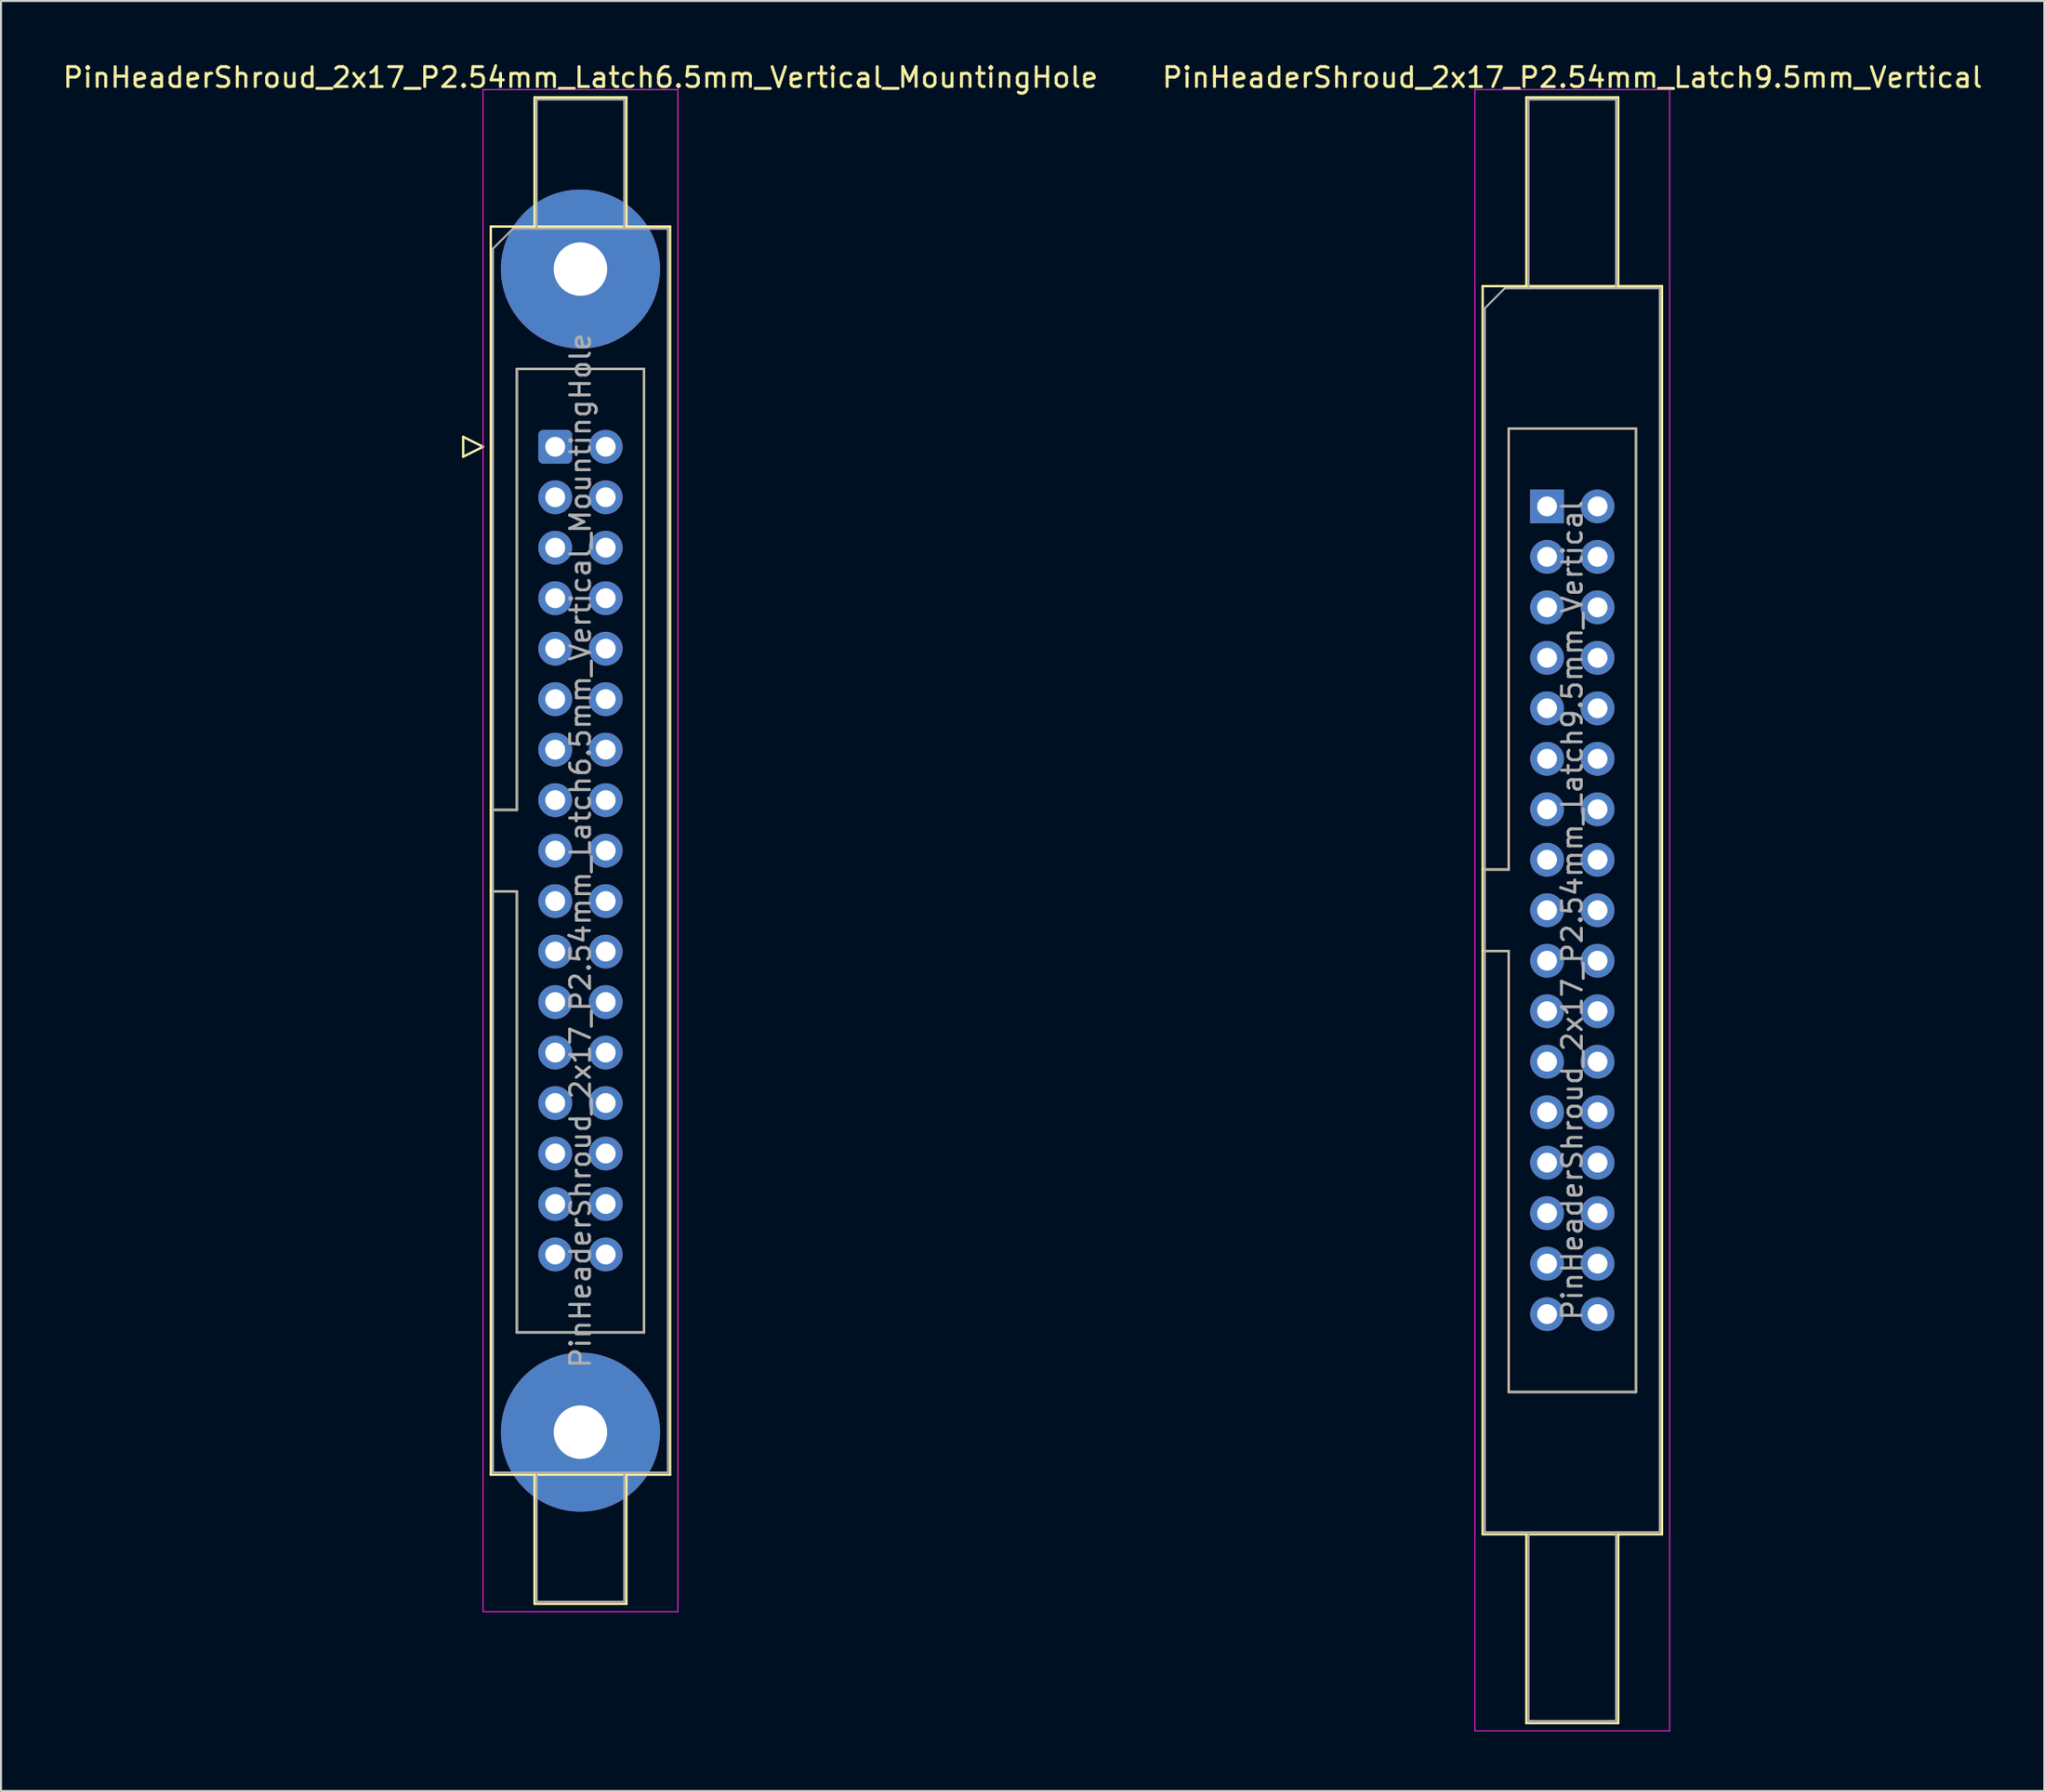
<source format=kicad_pcb>
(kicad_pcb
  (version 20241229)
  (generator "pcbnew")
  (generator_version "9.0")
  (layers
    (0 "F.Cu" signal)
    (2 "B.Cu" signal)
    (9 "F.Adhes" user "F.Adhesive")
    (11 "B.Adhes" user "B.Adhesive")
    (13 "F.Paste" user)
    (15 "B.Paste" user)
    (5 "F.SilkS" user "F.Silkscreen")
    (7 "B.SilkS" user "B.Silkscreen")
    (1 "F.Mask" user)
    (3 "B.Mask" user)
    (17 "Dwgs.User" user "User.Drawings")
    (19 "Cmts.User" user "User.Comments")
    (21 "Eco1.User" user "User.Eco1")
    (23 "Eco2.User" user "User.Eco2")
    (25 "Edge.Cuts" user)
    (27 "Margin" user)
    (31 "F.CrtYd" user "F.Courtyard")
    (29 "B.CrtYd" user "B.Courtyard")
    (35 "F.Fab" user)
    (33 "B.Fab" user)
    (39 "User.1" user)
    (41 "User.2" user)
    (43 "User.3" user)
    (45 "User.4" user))
  (footprint "PinHeaderShroud_2x17_P2.54mm_Latch6.5mm_Vertical_MountingHole"
    (layer "F.Cu")
    (at 24.879 19.428)
    (property "Reference" "PinHeaderShroud_2x17_P2.54mm_Latch6.5mm_Vertical_MountingHole" (at 1.27 -18.58 0) (layer "F.SilkS") (effects (font (size 1 1) (thickness 0.15))))
    (attr through_hole)
    (fp_line (start -4.63 -0.5) (end -4.63 0.5) (stroke (width 0.12) (type solid)) (layer "F.SilkS"))
    (fp_line (start -4.63 0.5) (end -3.63 0) (stroke (width 0.12) (type solid)) (layer "F.SilkS"))
    (fp_line (start -3.63 0) (end -4.63 -0.5) (stroke (width 0.12) (type solid)) (layer "F.SilkS"))
    (fp_line (start -3.24 -11.08) (end 5.78 -11.08) (stroke (width 0.12) (type solid)) (layer "F.SilkS"))
    (fp_line (start -3.24 18.27) (end -1.93 18.27) (stroke (width 0.12) (type solid)) (layer "F.SilkS"))
    (fp_line (start -3.24 22.37) (end -1.93 22.37) (stroke (width 0.12) (type solid)) (layer "F.SilkS"))
    (fp_line (start -3.24 51.72) (end -3.24 -11.08) (stroke (width 0.12) (type solid)) (layer "F.SilkS"))
    (fp_line (start -1.93 -3.92) (end 4.47 -3.92) (stroke (width 0.12) (type solid)) (layer "F.SilkS"))
    (fp_line (start -1.93 18.27) (end -1.93 -3.92) (stroke (width 0.12) (type solid)) (layer "F.SilkS"))
    (fp_line (start -1.93 44.56) (end -1.93 22.37) (stroke (width 0.12) (type solid)) (layer "F.SilkS"))
    (fp_line (start -1.04 -17.58) (end 3.58 -17.58) (stroke (width 0.12) (type solid)) (layer "F.SilkS"))
    (fp_line (start -1.04 -11.08) (end -1.04 -17.58) (stroke (width 0.12) (type solid)) (layer "F.SilkS"))
    (fp_line (start -1.04 51.72) (end -1.04 58.22) (stroke (width 0.12) (type solid)) (layer "F.SilkS"))
    (fp_line (start -1.04 58.22) (end 3.58 58.22) (stroke (width 0.12) (type solid)) (layer "F.SilkS"))
    (fp_line (start 3.58 -17.58) (end 3.58 -11.08) (stroke (width 0.12) (type solid)) (layer "F.SilkS"))
    (fp_line (start 3.58 58.22) (end 3.58 51.72) (stroke (width 0.12) (type solid)) (layer "F.SilkS"))
    (fp_line (start 4.47 -3.92) (end 4.47 44.56) (stroke (width 0.12) (type solid)) (layer "F.SilkS"))
    (fp_line (start 4.47 44.56) (end -1.93 44.56) (stroke (width 0.12) (type solid)) (layer "F.SilkS"))
    (fp_line (start 5.78 -11.08) (end 5.78 51.72) (stroke (width 0.12) (type solid)) (layer "F.SilkS"))
    (fp_line (start 5.78 51.72) (end -3.24 51.72) (stroke (width 0.12) (type solid)) (layer "F.SilkS"))
    (fp_line (start -3.63 -17.97) (end -3.63 58.61) (stroke (width 0.05) (type solid)) (layer "F.CrtYd"))
    (fp_line (start -3.63 58.61) (end 6.17 58.61) (stroke (width 0.05) (type solid)) (layer "F.CrtYd"))
    (fp_line (start 6.17 -17.97) (end -3.63 -17.97) (stroke (width 0.05) (type solid)) (layer "F.CrtYd"))
    (fp_line (start 6.17 58.61) (end 6.17 -17.97) (stroke (width 0.05) (type solid)) (layer "F.CrtYd"))
    (fp_line (start -3.13 -9.97) (end -2.13 -10.97) (stroke (width 0.1) (type solid)) (layer "F.Fab"))
    (fp_line (start -3.13 18.27) (end -1.93 18.27) (stroke (width 0.1) (type solid)) (layer "F.Fab"))
    (fp_line (start -3.13 22.37) (end -1.93 22.37) (stroke (width 0.1) (type solid)) (layer "F.Fab"))
    (fp_line (start -3.13 51.61) (end -3.13 -9.97) (stroke (width 0.1) (type solid)) (layer "F.Fab"))
    (fp_line (start -2.13 -10.97) (end 5.67 -10.97) (stroke (width 0.1) (type solid)) (layer "F.Fab"))
    (fp_line (start -1.93 -3.92) (end 4.47 -3.92) (stroke (width 0.1) (type solid)) (layer "F.Fab"))
    (fp_line (start -1.93 18.27) (end -1.93 -3.92) (stroke (width 0.1) (type solid)) (layer "F.Fab"))
    (fp_line (start -1.93 44.56) (end -1.93 22.37) (stroke (width 0.1) (type solid)) (layer "F.Fab"))
    (fp_line (start -0.93 -17.47) (end 3.47 -17.47) (stroke (width 0.1) (type solid)) (layer "F.Fab"))
    (fp_line (start -0.93 -10.97) (end -0.93 -17.47) (stroke (width 0.1) (type solid)) (layer "F.Fab"))
    (fp_line (start -0.93 51.61) (end -0.93 58.11) (stroke (width 0.1) (type solid)) (layer "F.Fab"))
    (fp_line (start -0.93 58.11) (end 3.47 58.11) (stroke (width 0.1) (type solid)) (layer "F.Fab"))
    (fp_line (start 3.47 -17.47) (end 3.47 -10.97) (stroke (width 0.1) (type solid)) (layer "F.Fab"))
    (fp_line (start 3.47 58.11) (end 3.47 51.61) (stroke (width 0.1) (type solid)) (layer "F.Fab"))
    (fp_line (start 4.47 -3.92) (end 4.47 44.56) (stroke (width 0.1) (type solid)) (layer "F.Fab"))
    (fp_line (start 4.47 44.56) (end -1.93 44.56) (stroke (width 0.1) (type solid)) (layer "F.Fab"))
    (fp_line (start 5.67 -10.97) (end 5.67 51.61) (stroke (width 0.1) (type solid)) (layer "F.Fab"))
    (fp_line (start 5.67 51.61) (end -3.13 51.61) (stroke (width 0.1) (type solid)) (layer "F.Fab"))
    (fp_text user "${REFERENCE}" (at 1.27 20.32 90) (layer "F.Fab") (effects (font (size 1 1) (thickness 0.15))))
    (pad "" thru_hole circle (at 1.27 -8.94) (size 8 8) (drill 2.69) (layers "*.Cu" "*.Mask"))
    (pad "" thru_hole circle (at 1.27 49.58) (size 8 8) (drill 2.69) (layers "*.Cu" "*.Mask"))
    (pad "1" thru_hole roundrect (at 0 0) (size 1.7 1.7) (drill 1) (layers "*.Cu" "*.Mask") (roundrect_rratio 0.147))
    (pad "2" thru_hole circle (at 2.54 0) (size 1.7 1.7) (drill 1) (layers "*.Cu" "*.Mask"))
    (pad "3" thru_hole circle (at 0 2.54) (size 1.7 1.7) (drill 1) (layers "*.Cu" "*.Mask"))
    (pad "4" thru_hole circle (at 2.54 2.54) (size 1.7 1.7) (drill 1) (layers "*.Cu" "*.Mask"))
    (pad "5" thru_hole circle (at 0 5.08) (size 1.7 1.7) (drill 1) (layers "*.Cu" "*.Mask"))
    (pad "6" thru_hole circle (at 2.54 5.08) (size 1.7 1.7) (drill 1) (layers "*.Cu" "*.Mask"))
    (pad "7" thru_hole circle (at 0 7.62) (size 1.7 1.7) (drill 1) (layers "*.Cu" "*.Mask"))
    (pad "8" thru_hole circle (at 2.54 7.62) (size 1.7 1.7) (drill 1) (layers "*.Cu" "*.Mask"))
    (pad "9" thru_hole circle (at 0 10.16) (size 1.7 1.7) (drill 1) (layers "*.Cu" "*.Mask"))
    (pad "10" thru_hole circle (at 2.54 10.16) (size 1.7 1.7) (drill 1) (layers "*.Cu" "*.Mask"))
    (pad "11" thru_hole circle (at 0 12.7) (size 1.7 1.7) (drill 1) (layers "*.Cu" "*.Mask"))
    (pad "12" thru_hole circle (at 2.54 12.7) (size 1.7 1.7) (drill 1) (layers "*.Cu" "*.Mask"))
    (pad "13" thru_hole circle (at 0 15.24) (size 1.7 1.7) (drill 1) (layers "*.Cu" "*.Mask"))
    (pad "14" thru_hole circle (at 2.54 15.24) (size 1.7 1.7) (drill 1) (layers "*.Cu" "*.Mask"))
    (pad "15" thru_hole circle (at 0 17.78) (size 1.7 1.7) (drill 1) (layers "*.Cu" "*.Mask"))
    (pad "16" thru_hole circle (at 2.54 17.78) (size 1.7 1.7) (drill 1) (layers "*.Cu" "*.Mask"))
    (pad "17" thru_hole circle (at 0 20.32) (size 1.7 1.7) (drill 1) (layers "*.Cu" "*.Mask"))
    (pad "18" thru_hole circle (at 2.54 20.32) (size 1.7 1.7) (drill 1) (layers "*.Cu" "*.Mask"))
    (pad "19" thru_hole circle (at 0 22.86) (size 1.7 1.7) (drill 1) (layers "*.Cu" "*.Mask"))
    (pad "20" thru_hole circle (at 2.54 22.86) (size 1.7 1.7) (drill 1) (layers "*.Cu" "*.Mask"))
    (pad "21" thru_hole circle (at 0 25.4) (size 1.7 1.7) (drill 1) (layers "*.Cu" "*.Mask"))
    (pad "22" thru_hole circle (at 2.54 25.4) (size 1.7 1.7) (drill 1) (layers "*.Cu" "*.Mask"))
    (pad "23" thru_hole circle (at 0 27.94) (size 1.7 1.7) (drill 1) (layers "*.Cu" "*.Mask"))
    (pad "24" thru_hole circle (at 2.54 27.94) (size 1.7 1.7) (drill 1) (layers "*.Cu" "*.Mask"))
    (pad "25" thru_hole circle (at 0 30.48) (size 1.7 1.7) (drill 1) (layers "*.Cu" "*.Mask"))
    (pad "26" thru_hole circle (at 2.54 30.48) (size 1.7 1.7) (drill 1) (layers "*.Cu" "*.Mask"))
    (pad "27" thru_hole circle (at 0 33.02) (size 1.7 1.7) (drill 1) (layers "*.Cu" "*.Mask"))
    (pad "28" thru_hole circle (at 2.54 33.02) (size 1.7 1.7) (drill 1) (layers "*.Cu" "*.Mask"))
    (pad "29" thru_hole circle (at 0 35.56) (size 1.7 1.7) (drill 1) (layers "*.Cu" "*.Mask"))
    (pad "30" thru_hole circle (at 2.54 35.56) (size 1.7 1.7) (drill 1) (layers "*.Cu" "*.Mask"))
    (pad "31" thru_hole circle (at 0 38.1) (size 1.7 1.7) (drill 1) (layers "*.Cu" "*.Mask"))
    (pad "32" thru_hole circle (at 2.54 38.1) (size 1.7 1.7) (drill 1) (layers "*.Cu" "*.Mask"))
    (pad "33" thru_hole circle (at 0 40.64) (size 1.7 1.7) (drill 1) (layers "*.Cu" "*.Mask"))
    (pad "34" thru_hole circle (at 2.54 40.64) (size 1.7 1.7) (drill 1) (layers "*.Cu" "*.Mask")))
  (footprint "PinHeaderShroud_2x17_P2.54mm_Latch9.5mm_Vertical"
    (layer "F.Cu")
    (at 74.772 22.428)
    (property "Reference" "PinHeaderShroud_2x17_P2.54mm_Latch9.5mm_Vertical" (at 1.27 -21.58 0) (layer "F.SilkS") (effects (font (size 1 1) (thickness 0.15))))
    (attr through_hole)
    (fp_line (start -3.24 -11.08) (end 5.78 -11.08) (stroke (width 0.12) (type solid)) (layer "F.SilkS"))
    (fp_line (start -3.24 18.27) (end -1.93 18.27) (stroke (width 0.12) (type solid)) (layer "F.SilkS"))
    (fp_line (start -3.24 22.37) (end -1.93 22.37) (stroke (width 0.12) (type solid)) (layer "F.SilkS"))
    (fp_line (start -3.24 51.72) (end -3.24 -11.08) (stroke (width 0.12) (type solid)) (layer "F.SilkS"))
    (fp_line (start -1.93 -3.92) (end 4.47 -3.92) (stroke (width 0.12) (type solid)) (layer "F.SilkS"))
    (fp_line (start -1.93 18.27) (end -1.93 -3.92) (stroke (width 0.12) (type solid)) (layer "F.SilkS"))
    (fp_line (start -1.93 44.56) (end -1.93 22.37) (stroke (width 0.12) (type solid)) (layer "F.SilkS"))
    (fp_line (start -1.04 -20.58) (end 3.58 -20.58) (stroke (width 0.12) (type solid)) (layer "F.SilkS"))
    (fp_line (start -1.04 -11.08) (end -1.04 -20.58) (stroke (width 0.12) (type solid)) (layer "F.SilkS"))
    (fp_line (start -1.04 51.72) (end -1.04 61.22) (stroke (width 0.12) (type solid)) (layer "F.SilkS"))
    (fp_line (start -1.04 61.22) (end 3.58 61.22) (stroke (width 0.12) (type solid)) (layer "F.SilkS"))
    (fp_line (start 3.58 -20.58) (end 3.58 -11.08) (stroke (width 0.12) (type solid)) (layer "F.SilkS"))
    (fp_line (start 3.58 61.22) (end 3.58 51.72) (stroke (width 0.12) (type solid)) (layer "F.SilkS"))
    (fp_line (start 4.47 -3.92) (end 4.47 44.56) (stroke (width 0.12) (type solid)) (layer "F.SilkS"))
    (fp_line (start 4.47 44.56) (end -1.93 44.56) (stroke (width 0.12) (type solid)) (layer "F.SilkS"))
    (fp_line (start 5.78 -11.08) (end 5.78 51.72) (stroke (width 0.12) (type solid)) (layer "F.SilkS"))
    (fp_line (start 5.78 51.72) (end -3.24 51.72) (stroke (width 0.12) (type solid)) (layer "F.SilkS"))
    (fp_line (start -3.63 -20.97) (end -3.63 61.61) (stroke (width 0.05) (type solid)) (layer "F.CrtYd"))
    (fp_line (start -3.63 61.61) (end 6.17 61.61) (stroke (width 0.05) (type solid)) (layer "F.CrtYd"))
    (fp_line (start 6.17 -20.97) (end -3.63 -20.97) (stroke (width 0.05) (type solid)) (layer "F.CrtYd"))
    (fp_line (start 6.17 61.61) (end 6.17 -20.97) (stroke (width 0.05) (type solid)) (layer "F.CrtYd"))
    (fp_line (start -3.13 -9.97) (end -2.13 -10.97) (stroke (width 0.1) (type solid)) (layer "F.Fab"))
    (fp_line (start -3.13 18.27) (end -1.93 18.27) (stroke (width 0.1) (type solid)) (layer "F.Fab"))
    (fp_line (start -3.13 22.37) (end -1.93 22.37) (stroke (width 0.1) (type solid)) (layer "F.Fab"))
    (fp_line (start -3.13 51.61) (end -3.13 -9.97) (stroke (width 0.1) (type solid)) (layer "F.Fab"))
    (fp_line (start -2.13 -10.97) (end 5.67 -10.97) (stroke (width 0.1) (type solid)) (layer "F.Fab"))
    (fp_line (start -1.93 -3.92) (end 4.47 -3.92) (stroke (width 0.1) (type solid)) (layer "F.Fab"))
    (fp_line (start -1.93 18.27) (end -1.93 -3.92) (stroke (width 0.1) (type solid)) (layer "F.Fab"))
    (fp_line (start -1.93 44.56) (end -1.93 22.37) (stroke (width 0.1) (type solid)) (layer "F.Fab"))
    (fp_line (start -0.93 -20.47) (end 3.47 -20.47) (stroke (width 0.1) (type solid)) (layer "F.Fab"))
    (fp_line (start -0.93 -10.97) (end -0.93 -20.47) (stroke (width 0.1) (type solid)) (layer "F.Fab"))
    (fp_line (start -0.93 51.61) (end -0.93 61.11) (stroke (width 0.1) (type solid)) (layer "F.Fab"))
    (fp_line (start -0.93 61.11) (end 3.47 61.11) (stroke (width 0.1) (type solid)) (layer "F.Fab"))
    (fp_line (start 3.47 -20.47) (end 3.47 -10.97) (stroke (width 0.1) (type solid)) (layer "F.Fab"))
    (fp_line (start 3.47 61.11) (end 3.47 51.61) (stroke (width 0.1) (type solid)) (layer "F.Fab"))
    (fp_line (start 4.47 -3.92) (end 4.47 44.56) (stroke (width 0.1) (type solid)) (layer "F.Fab"))
    (fp_line (start 4.47 44.56) (end -1.93 44.56) (stroke (width 0.1) (type solid)) (layer "F.Fab"))
    (fp_line (start 5.67 -10.97) (end 5.67 51.61) (stroke (width 0.1) (type solid)) (layer "F.Fab"))
    (fp_line (start 5.67 51.61) (end -3.13 51.61) (stroke (width 0.1) (type solid)) (layer "F.Fab"))
    (fp_text user "${REFERENCE}" (at 1.27 20.32 90) (layer "F.Fab") (effects (font (size 1 1) (thickness 0.15))))
    (pad "1" thru_hole rect (at 0 0) (size 1.7 1.7) (drill 1) (layers "*.Cu" "*.Mask"))
    (pad "2" thru_hole circle (at 2.54 0) (size 1.7 1.7) (drill 1) (layers "*.Cu" "*.Mask"))
    (pad "3" thru_hole circle (at 0 2.54) (size 1.7 1.7) (drill 1) (layers "*.Cu" "*.Mask"))
    (pad "4" thru_hole circle (at 2.54 2.54) (size 1.7 1.7) (drill 1) (layers "*.Cu" "*.Mask"))
    (pad "5" thru_hole circle (at 0 5.08) (size 1.7 1.7) (drill 1) (layers "*.Cu" "*.Mask"))
    (pad "6" thru_hole circle (at 2.54 5.08) (size 1.7 1.7) (drill 1) (layers "*.Cu" "*.Mask"))
    (pad "7" thru_hole circle (at 0 7.62) (size 1.7 1.7) (drill 1) (layers "*.Cu" "*.Mask"))
    (pad "8" thru_hole circle (at 2.54 7.62) (size 1.7 1.7) (drill 1) (layers "*.Cu" "*.Mask"))
    (pad "9" thru_hole circle (at 0 10.16) (size 1.7 1.7) (drill 1) (layers "*.Cu" "*.Mask"))
    (pad "10" thru_hole circle (at 2.54 10.16) (size 1.7 1.7) (drill 1) (layers "*.Cu" "*.Mask"))
    (pad "11" thru_hole circle (at 0 12.7) (size 1.7 1.7) (drill 1) (layers "*.Cu" "*.Mask"))
    (pad "12" thru_hole circle (at 2.54 12.7) (size 1.7 1.7) (drill 1) (layers "*.Cu" "*.Mask"))
    (pad "13" thru_hole circle (at 0 15.24) (size 1.7 1.7) (drill 1) (layers "*.Cu" "*.Mask"))
    (pad "14" thru_hole circle (at 2.54 15.24) (size 1.7 1.7) (drill 1) (layers "*.Cu" "*.Mask"))
    (pad "15" thru_hole circle (at 0 17.78) (size 1.7 1.7) (drill 1) (layers "*.Cu" "*.Mask"))
    (pad "16" thru_hole circle (at 2.54 17.78) (size 1.7 1.7) (drill 1) (layers "*.Cu" "*.Mask"))
    (pad "17" thru_hole circle (at 0 20.32) (size 1.7 1.7) (drill 1) (layers "*.Cu" "*.Mask"))
    (pad "18" thru_hole circle (at 2.54 20.32) (size 1.7 1.7) (drill 1) (layers "*.Cu" "*.Mask"))
    (pad "19" thru_hole circle (at 0 22.86) (size 1.7 1.7) (drill 1) (layers "*.Cu" "*.Mask"))
    (pad "20" thru_hole circle (at 2.54 22.86) (size 1.7 1.7) (drill 1) (layers "*.Cu" "*.Mask"))
    (pad "21" thru_hole circle (at 0 25.4) (size 1.7 1.7) (drill 1) (layers "*.Cu" "*.Mask"))
    (pad "22" thru_hole circle (at 2.54 25.4) (size 1.7 1.7) (drill 1) (layers "*.Cu" "*.Mask"))
    (pad "23" thru_hole circle (at 0 27.94) (size 1.7 1.7) (drill 1) (layers "*.Cu" "*.Mask"))
    (pad "24" thru_hole circle (at 2.54 27.94) (size 1.7 1.7) (drill 1) (layers "*.Cu" "*.Mask"))
    (pad "25" thru_hole circle (at 0 30.48) (size 1.7 1.7) (drill 1) (layers "*.Cu" "*.Mask"))
    (pad "26" thru_hole circle (at 2.54 30.48) (size 1.7 1.7) (drill 1) (layers "*.Cu" "*.Mask"))
    (pad "27" thru_hole circle (at 0 33.02) (size 1.7 1.7) (drill 1) (layers "*.Cu" "*.Mask"))
    (pad "28" thru_hole circle (at 2.54 33.02) (size 1.7 1.7) (drill 1) (layers "*.Cu" "*.Mask"))
    (pad "29" thru_hole circle (at 0 35.56) (size 1.7 1.7) (drill 1) (layers "*.Cu" "*.Mask"))
    (pad "30" thru_hole circle (at 2.54 35.56) (size 1.7 1.7) (drill 1) (layers "*.Cu" "*.Mask"))
    (pad "31" thru_hole circle (at 0 38.1) (size 1.7 1.7) (drill 1) (layers "*.Cu" "*.Mask"))
    (pad "32" thru_hole circle (at 2.54 38.1) (size 1.7 1.7) (drill 1) (layers "*.Cu" "*.Mask"))
    (pad "33" thru_hole circle (at 0 40.64) (size 1.7 1.7) (drill 1) (layers "*.Cu" "*.Mask"))
    (pad "34" thru_hole circle (at 2.54 40.64) (size 1.7 1.7) (drill 1) (layers "*.Cu" "*.Mask")))
  (gr_rect
    (start -3 -3)
    (end 99.786 87.063)
    (stroke (width 0.1) (type default))
    (fill no)
    (layer "Edge.Cuts")))
</source>
